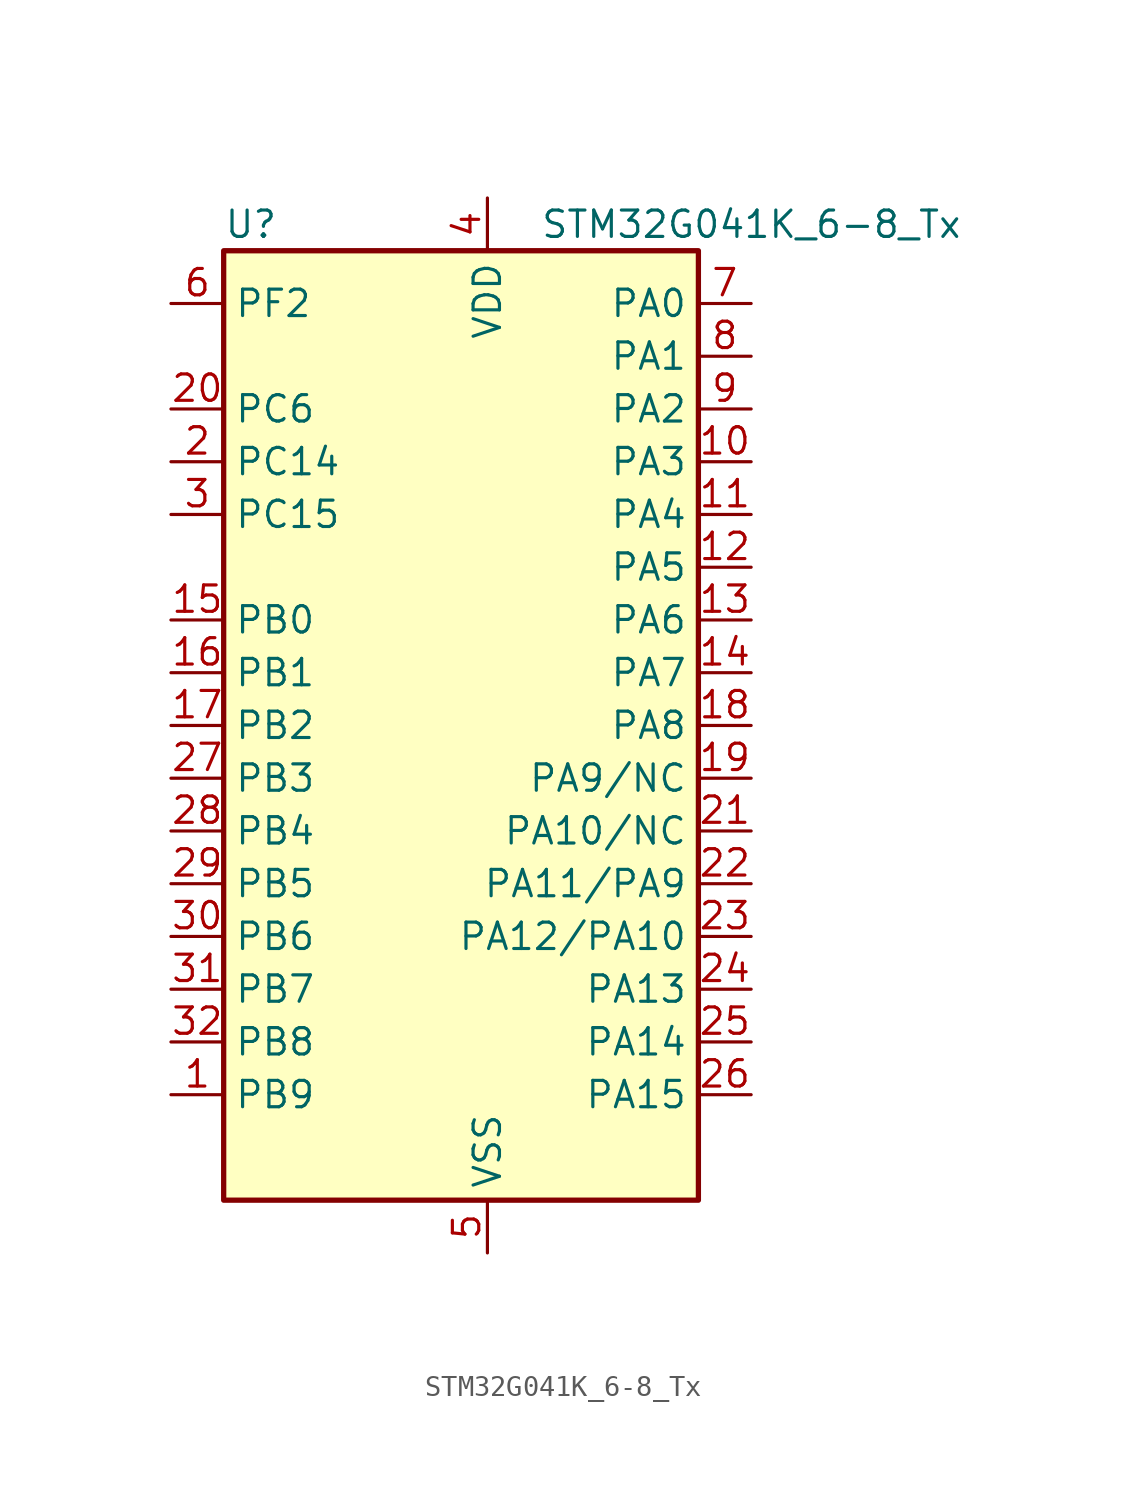
<source format=kicad_sym>
(kicad_symbol_lib
  (version 20231120)
  (generator "kicad_symbol_editor")
  (generator_version "8.0")
  (symbol "STM32G041K_6-8_Tx"
    (property "Reference" "U"
      (at -10.16 24.13 0)
      (effects (font (size 1.27 1.27)) (justify left)))
    (property "Value" "STM32G041K_6-8_Tx"
      (at 5.08 24.13 0)
      (effects (font (size 1.27 1.27)) (justify left)))
    (property "ki_locked" ""
      (at 0 0 0)
      (effects (font (size 1.27 1.27))))
    (symbol "STM32G041K_6-8_Tx_0_1"
      (rectangle (start -10.16 -22.86) (end 12.7 22.86) (stroke (width 0.254) (type default)) (fill (type background))))
    (symbol "STM32G041K_6-8_Tx_1_1"
      (pin bidirectional line (at -12.7 -17.78 0) (length 2.54) (name "PB9" (effects (font (size 1.27 1.27)))) (number "1" (effects (font (size 1.27 1.27)))) (alternate "I2C1_SDA" bidirectional line) (alternate "IR_OUT" bidirectional line) (alternate "SPI2_NSS" bidirectional line) (alternate "TIM17_CH1" bidirectional line))
      (pin bidirectional line (at 15.24 12.7 180) (length 2.54) (name "PA3" (effects (font (size 1.27 1.27)))) (number "10" (effects (font (size 1.27 1.27)))) (alternate "ADC1_IN3" bidirectional line) (alternate "LPUART1_RX" bidirectional line) (alternate "SPI2_MISO" bidirectional line) (alternate "TIM2_CH4" bidirectional line) (alternate "USART2_RX" bidirectional line))
      (pin bidirectional line (at 15.24 10.16 180) (length 2.54) (name "PA4" (effects (font (size 1.27 1.27)))) (number "11" (effects (font (size 1.27 1.27)))) (alternate "ADC1_IN4" bidirectional line) (alternate "I2S1_WS" bidirectional line) (alternate "LPTIM2_OUT" bidirectional line) (alternate "RTC_OUT_ALARM" bidirectional line) (alternate "RTC_OUT_CALIB" bidirectional line) (alternate "RTC_TAMP_IN1" bidirectional line) (alternate "RTC_TS" bidirectional line) (alternate "SPI1_NSS" bidirectional line) (alternate "SPI2_MOSI" bidirectional line) (alternate "SYS_WKUP2" bidirectional line) (alternate "TIM14_CH1" bidirectional line))
      (pin bidirectional line (at 15.24 7.62 180) (length 2.54) (name "PA5" (effects (font (size 1.27 1.27)))) (number "12" (effects (font (size 1.27 1.27)))) (alternate "ADC1_IN5" bidirectional line) (alternate "I2S1_CK" bidirectional line) (alternate "LPTIM2_ETR" bidirectional line) (alternate "SPI1_SCK" bidirectional line) (alternate "TIM2_CH1" bidirectional line) (alternate "TIM2_ETR" bidirectional line))
      (pin bidirectional line (at 15.24 5.08 180) (length 2.54) (name "PA6" (effects (font (size 1.27 1.27)))) (number "13" (effects (font (size 1.27 1.27)))) (alternate "ADC1_IN6" bidirectional line) (alternate "I2S1_MCK" bidirectional line) (alternate "LPUART1_CTS" bidirectional line) (alternate "SPI1_MISO" bidirectional line) (alternate "TIM16_CH1" bidirectional line) (alternate "TIM1_BK" bidirectional line) (alternate "TIM3_CH1" bidirectional line))
      (pin bidirectional line (at 15.24 2.54 180) (length 2.54) (name "PA7" (effects (font (size 1.27 1.27)))) (number "14" (effects (font (size 1.27 1.27)))) (alternate "ADC1_IN7" bidirectional line) (alternate "I2S1_SD" bidirectional line) (alternate "SPI1_MOSI" bidirectional line) (alternate "TIM14_CH1" bidirectional line) (alternate "TIM17_CH1" bidirectional line) (alternate "TIM1_CH1N" bidirectional line) (alternate "TIM3_CH2" bidirectional line))
      (pin bidirectional line (at -12.7 5.08 0) (length 2.54) (name "PB0" (effects (font (size 1.27 1.27)))) (number "15" (effects (font (size 1.27 1.27)))) (alternate "ADC1_IN8" bidirectional line) (alternate "I2S1_WS" bidirectional line) (alternate "LPTIM1_OUT" bidirectional line) (alternate "SPI1_NSS" bidirectional line) (alternate "TIM1_CH2N" bidirectional line) (alternate "TIM3_CH3" bidirectional line))
      (pin bidirectional line (at -12.7 2.54 0) (length 2.54) (name "PB1" (effects (font (size 1.27 1.27)))) (number "16" (effects (font (size 1.27 1.27)))) (alternate "ADC1_IN9" bidirectional line) (alternate "LPTIM2_IN1" bidirectional line) (alternate "LPUART1_DE" bidirectional line) (alternate "LPUART1_RTS" bidirectional line) (alternate "TIM14_CH1" bidirectional line) (alternate "TIM1_CH3N" bidirectional line) (alternate "TIM3_CH4" bidirectional line))
      (pin bidirectional line (at -12.7 0 0) (length 2.54) (name "PB2" (effects (font (size 1.27 1.27)))) (number "17" (effects (font (size 1.27 1.27)))) (alternate "ADC1_IN10" bidirectional line) (alternate "LPTIM1_OUT" bidirectional line) (alternate "SPI2_MISO" bidirectional line))
      (pin bidirectional line (at 15.24 0 180) (length 2.54) (name "PA8" (effects (font (size 1.27 1.27)))) (number "18" (effects (font (size 1.27 1.27)))) (alternate "LPTIM2_OUT" bidirectional line) (alternate "RCC_MCO" bidirectional line) (alternate "SPI2_NSS" bidirectional line) (alternate "TIM1_CH1" bidirectional line))
      (pin bidirectional line (at 15.24 -2.54 180) (length 2.54) (name "PA9/NC" (effects (font (size 1.27 1.27)))) (number "19" (effects (font (size 1.27 1.27)))) (alternate "I2C1_SCL" bidirectional line) (alternate "RCC_MCO" bidirectional line) (alternate "SPI2_MISO" bidirectional line) (alternate "TIM1_CH2" bidirectional line) (alternate "USART1_TX" bidirectional line))
      (pin bidirectional line (at -12.7 12.7 0) (length 2.54) (name "PC14" (effects (font (size 1.27 1.27)))) (number "2" (effects (font (size 1.27 1.27)))) (alternate "RCC_OSC32_IN" bidirectional line) (alternate "RCC_OSC_IN" bidirectional line) (alternate "TIM1_BK2" bidirectional line))
      (pin bidirectional line (at -12.7 15.24 0) (length 2.54) (name "PC6" (effects (font (size 1.27 1.27)))) (number "20" (effects (font (size 1.27 1.27)))) (alternate "TIM2_CH3" bidirectional line) (alternate "TIM3_CH1" bidirectional line))
      (pin bidirectional line (at 15.24 -5.08 180) (length 2.54) (name "PA10/NC" (effects (font (size 1.27 1.27)))) (number "21" (effects (font (size 1.27 1.27)))) (alternate "I2C1_SDA" bidirectional line) (alternate "SPI2_MOSI" bidirectional line) (alternate "TIM17_BK" bidirectional line) (alternate "TIM1_CH3" bidirectional line) (alternate "USART1_RX" bidirectional line))
      (pin bidirectional line (at 15.24 -7.62 180) (length 2.54) (name "PA11/PA9" (effects (font (size 1.27 1.27)))) (number "22" (effects (font (size 1.27 1.27)))) (alternate "ADC1_EXTI11" bidirectional line) (alternate "ADC1_IN15" bidirectional line) (alternate "I2C2_SCL" bidirectional line) (alternate "I2S1_MCK" bidirectional line) (alternate "SPI1_MISO" bidirectional line) (alternate "TIM1_BK2" bidirectional line) (alternate "TIM1_CH4" bidirectional line) (alternate "USART1_CTS" bidirectional line) (alternate "USART1_NSS" bidirectional line))
      (pin bidirectional line (at 15.24 -10.16 180) (length 2.54) (name "PA12/PA10" (effects (font (size 1.27 1.27)))) (number "23" (effects (font (size 1.27 1.27)))) (alternate "ADC1_IN16" bidirectional line) (alternate "I2C2_SDA" bidirectional line) (alternate "I2S1_SD" bidirectional line) (alternate "I2S_CKIN" bidirectional line) (alternate "SPI1_MOSI" bidirectional line) (alternate "TIM1_ETR" bidirectional line) (alternate "USART1_CK" bidirectional line) (alternate "USART1_DE" bidirectional line) (alternate "USART1_RTS" bidirectional line))
      (pin bidirectional line (at 15.24 -12.7 180) (length 2.54) (name "PA13" (effects (font (size 1.27 1.27)))) (number "24" (effects (font (size 1.27 1.27)))) (alternate "ADC1_IN17" bidirectional line) (alternate "IR_OUT" bidirectional line) (alternate "SYS_SWDIO" bidirectional line))
      (pin bidirectional line (at 15.24 -15.24 180) (length 2.54) (name "PA14" (effects (font (size 1.27 1.27)))) (number "25" (effects (font (size 1.27 1.27)))) (alternate "ADC1_IN18" bidirectional line) (alternate "SYS_SWCLK" bidirectional line) (alternate "USART2_TX" bidirectional line))
      (pin bidirectional line (at 15.24 -17.78 180) (length 2.54) (name "PA15" (effects (font (size 1.27 1.27)))) (number "26" (effects (font (size 1.27 1.27)))) (alternate "I2S1_WS" bidirectional line) (alternate "SPI1_NSS" bidirectional line) (alternate "TIM2_CH1" bidirectional line) (alternate "TIM2_ETR" bidirectional line) (alternate "USART2_RX" bidirectional line))
      (pin bidirectional line (at -12.7 -2.54 0) (length 2.54) (name "PB3" (effects (font (size 1.27 1.27)))) (number "27" (effects (font (size 1.27 1.27)))) (alternate "I2S1_CK" bidirectional line) (alternate "SPI1_SCK" bidirectional line) (alternate "TIM1_CH2" bidirectional line) (alternate "TIM2_CH2" bidirectional line) (alternate "USART1_CK" bidirectional line) (alternate "USART1_DE" bidirectional line) (alternate "USART1_RTS" bidirectional line))
      (pin bidirectional line (at -12.7 -5.08 0) (length 2.54) (name "PB4" (effects (font (size 1.27 1.27)))) (number "28" (effects (font (size 1.27 1.27)))) (alternate "I2S1_MCK" bidirectional line) (alternate "SPI1_MISO" bidirectional line) (alternate "TIM17_BK" bidirectional line) (alternate "TIM3_CH1" bidirectional line) (alternate "USART1_CTS" bidirectional line) (alternate "USART1_NSS" bidirectional line))
      (pin bidirectional line (at -12.7 -7.62 0) (length 2.54) (name "PB5" (effects (font (size 1.27 1.27)))) (number "29" (effects (font (size 1.27 1.27)))) (alternate "I2C1_SMBA" bidirectional line) (alternate "I2S1_SD" bidirectional line) (alternate "LPTIM1_IN1" bidirectional line) (alternate "SPI1_MOSI" bidirectional line) (alternate "SYS_WKUP6" bidirectional line) (alternate "TIM16_BK" bidirectional line) (alternate "TIM3_CH2" bidirectional line))
      (pin bidirectional line (at -12.7 10.16 0) (length 2.54) (name "PC15" (effects (font (size 1.27 1.27)))) (number "3" (effects (font (size 1.27 1.27)))) (alternate "RCC_OSC32_EN" bidirectional line) (alternate "RCC_OSC32_OUT" bidirectional line) (alternate "RCC_OSC_EN" bidirectional line))
      (pin bidirectional line (at -12.7 -10.16 0) (length 2.54) (name "PB6" (effects (font (size 1.27 1.27)))) (number "30" (effects (font (size 1.27 1.27)))) (alternate "I2C1_SCL" bidirectional line) (alternate "LPTIM1_ETR" bidirectional line) (alternate "SPI2_MISO" bidirectional line) (alternate "TIM16_CH1N" bidirectional line) (alternate "TIM1_CH3" bidirectional line) (alternate "USART1_TX" bidirectional line))
      (pin bidirectional line (at -12.7 -12.7 0) (length 2.54) (name "PB7" (effects (font (size 1.27 1.27)))) (number "31" (effects (font (size 1.27 1.27)))) (alternate "ADC1_IN11" bidirectional line) (alternate "I2C1_SDA" bidirectional line) (alternate "LPTIM1_IN2" bidirectional line) (alternate "SPI2_MOSI" bidirectional line) (alternate "SYS_PVD_IN" bidirectional line) (alternate "TIM17_CH1N" bidirectional line) (alternate "USART1_RX" bidirectional line))
      (pin bidirectional line (at -12.7 -15.24 0) (length 2.54) (name "PB8" (effects (font (size 1.27 1.27)))) (number "32" (effects (font (size 1.27 1.27)))) (alternate "I2C1_SCL" bidirectional line) (alternate "SPI2_SCK" bidirectional line) (alternate "TIM16_CH1" bidirectional line))
      (pin power_in line (at 2.54 25.4 270) (length 2.54) (name "VDD" (effects (font (size 1.27 1.27)))) (number "4" (effects (font (size 1.27 1.27)))))
      (pin power_in line (at 2.54 -25.4 90) (length 2.54) (name "VSS" (effects (font (size 1.27 1.27)))) (number "5" (effects (font (size 1.27 1.27)))))
      (pin bidirectional line (at -12.7 20.32 0) (length 2.54) (name "PF2" (effects (font (size 1.27 1.27)))) (number "6" (effects (font (size 1.27 1.27)))) (alternate "RCC_MCO" bidirectional line))
      (pin bidirectional line (at 15.24 20.32 180) (length 2.54) (name "PA0" (effects (font (size 1.27 1.27)))) (number "7" (effects (font (size 1.27 1.27)))) (alternate "ADC1_IN0" bidirectional line) (alternate "LPTIM1_OUT" bidirectional line) (alternate "RTC_TAMP_IN2" bidirectional line) (alternate "SPI2_SCK" bidirectional line) (alternate "SYS_WKUP1" bidirectional line) (alternate "TIM2_CH1" bidirectional line) (alternate "TIM2_ETR" bidirectional line) (alternate "USART2_CTS" bidirectional line) (alternate "USART2_NSS" bidirectional line))
      (pin bidirectional line (at 15.24 17.78 180) (length 2.54) (name "PA1" (effects (font (size 1.27 1.27)))) (number "8" (effects (font (size 1.27 1.27)))) (alternate "ADC1_IN1" bidirectional line) (alternate "I2C1_SMBA" bidirectional line) (alternate "I2S1_CK" bidirectional line) (alternate "SPI1_SCK" bidirectional line) (alternate "TIM2_CH2" bidirectional line) (alternate "USART2_CK" bidirectional line) (alternate "USART2_DE" bidirectional line) (alternate "USART2_RTS" bidirectional line))
      (pin bidirectional line (at 15.24 15.24 180) (length 2.54) (name "PA2" (effects (font (size 1.27 1.27)))) (number "9" (effects (font (size 1.27 1.27)))) (alternate "ADC1_IN2" bidirectional line) (alternate "I2S1_SD" bidirectional line) (alternate "LPUART1_TX" bidirectional line) (alternate "RCC_LSCO" bidirectional line) (alternate "SPI1_MOSI" bidirectional line) (alternate "SYS_WKUP4" bidirectional line) (alternate "TIM2_CH3" bidirectional line) (alternate "USART2_TX" bidirectional line)))))
</source>
